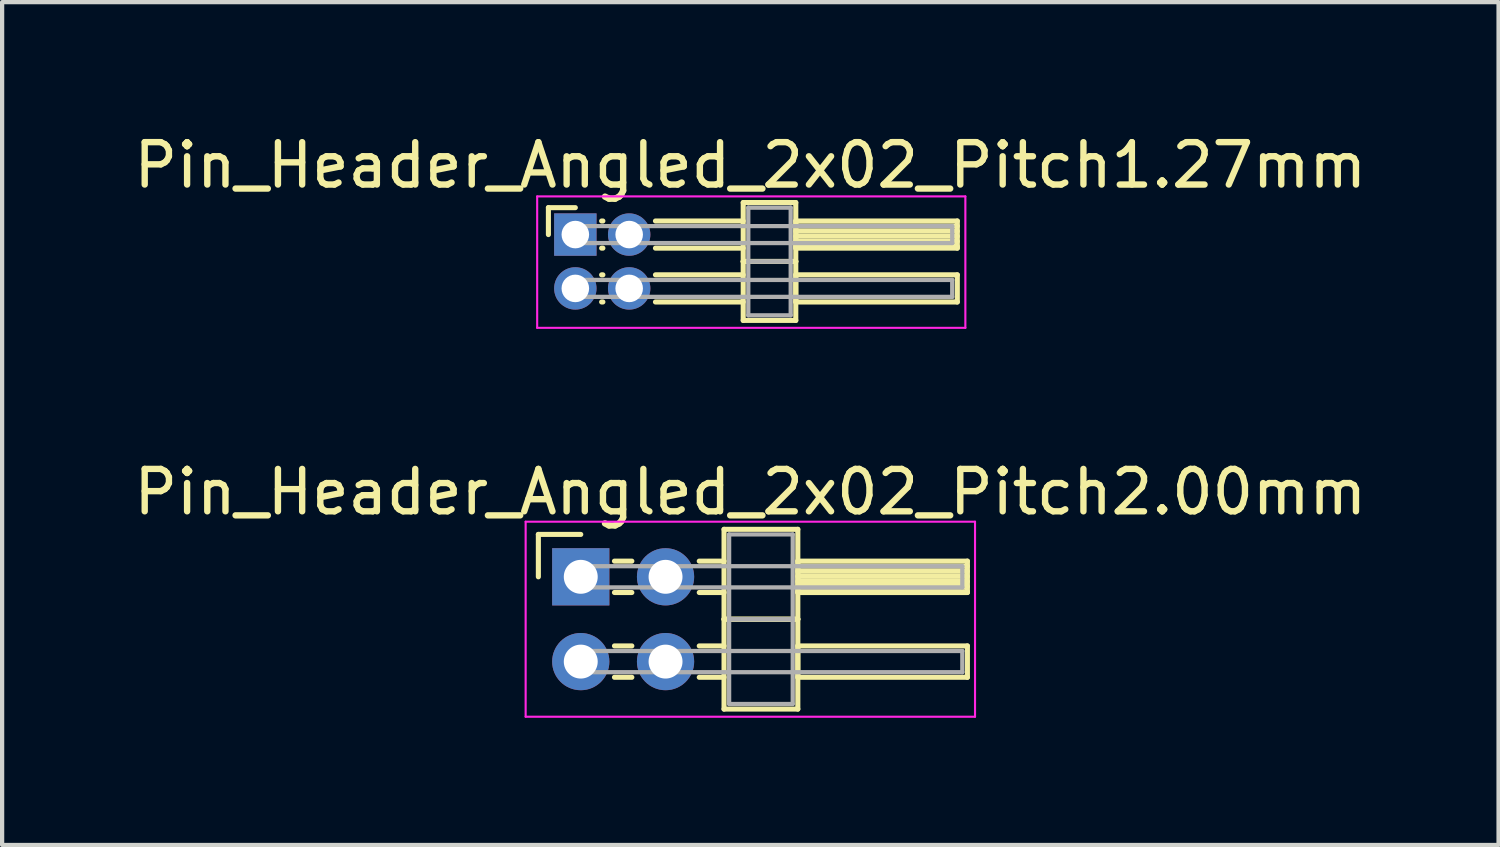
<source format=kicad_pcb>
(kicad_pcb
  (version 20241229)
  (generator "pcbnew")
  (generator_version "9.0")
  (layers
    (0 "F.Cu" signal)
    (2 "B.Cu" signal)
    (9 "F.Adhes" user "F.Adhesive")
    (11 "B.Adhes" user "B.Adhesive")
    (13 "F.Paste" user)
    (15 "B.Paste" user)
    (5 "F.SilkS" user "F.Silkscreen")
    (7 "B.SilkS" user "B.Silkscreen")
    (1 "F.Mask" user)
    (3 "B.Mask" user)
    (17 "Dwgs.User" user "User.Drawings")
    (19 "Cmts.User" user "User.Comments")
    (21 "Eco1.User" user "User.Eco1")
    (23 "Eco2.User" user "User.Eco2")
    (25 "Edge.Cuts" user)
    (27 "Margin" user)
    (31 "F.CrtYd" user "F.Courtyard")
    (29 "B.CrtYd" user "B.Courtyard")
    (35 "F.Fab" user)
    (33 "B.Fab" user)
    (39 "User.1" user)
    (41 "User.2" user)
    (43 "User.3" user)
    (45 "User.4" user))
  (footprint "Pin_Header_Angled_2x02_Pitch2.00mm"
    (layer "F.Cu")
    (at 10.649 10.556)
    (property "Reference" "Pin_Header_Angled_2x02_Pitch2.00mm" (at 4 -2 0) (layer "F.SilkS") (effects (font (size 1 1) (thickness 0.15))))
    (attr through_hole)
    (fp_line (start -1 -1) (end 0 -1) (stroke (width 0.12) (type solid)) (layer "F.SilkS"))
    (fp_line (start -1 0) (end -1 -1) (stroke (width 0.12) (type solid)) (layer "F.SilkS"))
    (fp_line (start 0.795 -0.37) (end 1.205 -0.37) (stroke (width 0.12) (type solid)) (layer "F.SilkS"))
    (fp_line (start 0.795 0.37) (end 1.205 0.37) (stroke (width 0.12) (type solid)) (layer "F.SilkS"))
    (fp_line (start 0.795 1.63) (end 1.205 1.63) (stroke (width 0.12) (type solid)) (layer "F.SilkS"))
    (fp_line (start 0.795 2.37) (end 1.205 2.37) (stroke (width 0.12) (type solid)) (layer "F.SilkS"))
    (fp_line (start 2.795 -0.37) (end 3.38 -0.37) (stroke (width 0.12) (type solid)) (layer "F.SilkS"))
    (fp_line (start 2.795 0.37) (end 3.38 0.37) (stroke (width 0.12) (type solid)) (layer "F.SilkS"))
    (fp_line (start 2.795 1.63) (end 3.38 1.63) (stroke (width 0.12) (type solid)) (layer "F.SilkS"))
    (fp_line (start 2.795 2.37) (end 3.38 2.37) (stroke (width 0.12) (type solid)) (layer "F.SilkS"))
    (fp_line (start 3.38 -1.12) (end 3.38 1) (stroke (width 0.12) (type solid)) (layer "F.SilkS"))
    (fp_line (start 3.38 1) (end 3.38 3.12) (stroke (width 0.12) (type solid)) (layer "F.SilkS"))
    (fp_line (start 3.38 1) (end 5.12 1) (stroke (width 0.12) (type solid)) (layer "F.SilkS"))
    (fp_line (start 3.38 3.12) (end 5.12 3.12) (stroke (width 0.12) (type solid)) (layer "F.SilkS"))
    (fp_line (start 5.12 -1.12) (end 3.38 -1.12) (stroke (width 0.12) (type solid)) (layer "F.SilkS"))
    (fp_line (start 5.12 -0.37) (end 5.12 0.37) (stroke (width 0.12) (type solid)) (layer "F.SilkS"))
    (fp_line (start 5.12 -0.25) (end 9.12 -0.25) (stroke (width 0.12) (type solid)) (layer "F.SilkS"))
    (fp_line (start 5.12 -0.13) (end 9.12 -0.13) (stroke (width 0.12) (type solid)) (layer "F.SilkS"))
    (fp_line (start 5.12 -0.01) (end 9.12 -0.01) (stroke (width 0.12) (type solid)) (layer "F.SilkS"))
    (fp_line (start 5.12 0.11) (end 9.12 0.11) (stroke (width 0.12) (type solid)) (layer "F.SilkS"))
    (fp_line (start 5.12 0.23) (end 9.12 0.23) (stroke (width 0.12) (type solid)) (layer "F.SilkS"))
    (fp_line (start 5.12 0.35) (end 9.12 0.35) (stroke (width 0.12) (type solid)) (layer "F.SilkS"))
    (fp_line (start 5.12 0.37) (end 9.12 0.37) (stroke (width 0.12) (type solid)) (layer "F.SilkS"))
    (fp_line (start 5.12 1) (end 3.38 1) (stroke (width 0.12) (type solid)) (layer "F.SilkS"))
    (fp_line (start 5.12 1) (end 5.12 -1.12) (stroke (width 0.12) (type solid)) (layer "F.SilkS"))
    (fp_line (start 5.12 1.63) (end 5.12 2.37) (stroke (width 0.12) (type solid)) (layer "F.SilkS"))
    (fp_line (start 5.12 2.37) (end 9.12 2.37) (stroke (width 0.12) (type solid)) (layer "F.SilkS"))
    (fp_line (start 5.12 3.12) (end 5.12 1) (stroke (width 0.12) (type solid)) (layer "F.SilkS"))
    (fp_line (start 9.12 -0.37) (end 5.12 -0.37) (stroke (width 0.12) (type solid)) (layer "F.SilkS"))
    (fp_line (start 9.12 0.37) (end 9.12 -0.37) (stroke (width 0.12) (type solid)) (layer "F.SilkS"))
    (fp_line (start 9.12 1.63) (end 5.12 1.63) (stroke (width 0.12) (type solid)) (layer "F.SilkS"))
    (fp_line (start 9.12 2.37) (end 9.12 1.63) (stroke (width 0.12) (type solid)) (layer "F.SilkS"))
    (fp_line (start -1.3 -1.3) (end -1.3 3.3) (stroke (width 0.05) (type solid)) (layer "F.CrtYd"))
    (fp_line (start -1.3 3.3) (end 9.3 3.3) (stroke (width 0.05) (type solid)) (layer "F.CrtYd"))
    (fp_line (start 9.3 -1.3) (end -1.3 -1.3) (stroke (width 0.05) (type solid)) (layer "F.CrtYd"))
    (fp_line (start 9.3 3.3) (end 9.3 -1.3) (stroke (width 0.05) (type solid)) (layer "F.CrtYd"))
    (fp_line (start 0 -0.25) (end 0 0.25) (stroke (width 0.1) (type solid)) (layer "F.Fab"))
    (fp_line (start 0 0.25) (end 9 0.25) (stroke (width 0.1) (type solid)) (layer "F.Fab"))
    (fp_line (start 0 1.75) (end 0 2.25) (stroke (width 0.1) (type solid)) (layer "F.Fab"))
    (fp_line (start 0 2.25) (end 9 2.25) (stroke (width 0.1) (type solid)) (layer "F.Fab"))
    (fp_line (start 3.5 -1) (end 3.5 1) (stroke (width 0.1) (type solid)) (layer "F.Fab"))
    (fp_line (start 3.5 1) (end 3.5 3) (stroke (width 0.1) (type solid)) (layer "F.Fab"))
    (fp_line (start 3.5 1) (end 5 1) (stroke (width 0.1) (type solid)) (layer "F.Fab"))
    (fp_line (start 3.5 3) (end 5 3) (stroke (width 0.1) (type solid)) (layer "F.Fab"))
    (fp_line (start 5 -1) (end 3.5 -1) (stroke (width 0.1) (type solid)) (layer "F.Fab"))
    (fp_line (start 5 1) (end 3.5 1) (stroke (width 0.1) (type solid)) (layer "F.Fab"))
    (fp_line (start 5 1) (end 5 -1) (stroke (width 0.1) (type solid)) (layer "F.Fab"))
    (fp_line (start 5 3) (end 5 1) (stroke (width 0.1) (type solid)) (layer "F.Fab"))
    (fp_line (start 9 -0.25) (end 0 -0.25) (stroke (width 0.1) (type solid)) (layer "F.Fab"))
    (fp_line (start 9 0.25) (end 9 -0.25) (stroke (width 0.1) (type solid)) (layer "F.Fab"))
    (fp_line (start 9 1.75) (end 0 1.75) (stroke (width 0.1) (type solid)) (layer "F.Fab"))
    (fp_line (start 9 2.25) (end 9 1.75) (stroke (width 0.1) (type solid)) (layer "F.Fab"))
    (pad "1" thru_hole rect (at 0 0) (size 1.35 1.35) (drill 0.8) (layers "*.Cu" "*.Mask"))
    (pad "2" thru_hole oval (at 2 0) (size 1.35 1.35) (drill 0.8) (layers "*.Cu" "*.Mask"))
    (pad "3" thru_hole oval (at 0 2) (size 1.35 1.35) (drill 0.8) (layers "*.Cu" "*.Mask"))
    (pad "4" thru_hole oval (at 2 2) (size 1.35 1.35) (drill 0.8) (layers "*.Cu" "*.Mask")))
  (footprint "Pin_Header_Angled_2x02_Pitch1.27mm"
    (layer "F.Cu")
    (at 10.521 2.483)
    (property "Reference" "Pin_Header_Angled_2x02_Pitch1.27mm" (at 4.128 -1.635 0) (layer "F.SilkS") (effects (font (size 1 1) (thickness 0.15))))
    (attr through_hole)
    (fp_line (start -0.635 -0.635) (end 0 -0.635) (stroke (width 0.12) (type solid)) (layer "F.SilkS"))
    (fp_line (start -0.635 0) (end -0.635 -0.635) (stroke (width 0.12) (type solid)) (layer "F.SilkS"))
    (fp_line (start 0.62 -0.32) (end 0.65 -0.32) (stroke (width 0.12) (type solid)) (layer "F.SilkS"))
    (fp_line (start 0.62 0.32) (end 0.65 0.32) (stroke (width 0.12) (type solid)) (layer "F.SilkS"))
    (fp_line (start 0.62 0.95) (end 0.65 0.95) (stroke (width 0.12) (type solid)) (layer "F.SilkS"))
    (fp_line (start 0.62 1.59) (end 0.65 1.59) (stroke (width 0.12) (type solid)) (layer "F.SilkS"))
    (fp_line (start 1.89 -0.32) (end 3.96 -0.32) (stroke (width 0.12) (type solid)) (layer "F.SilkS"))
    (fp_line (start 1.89 0.32) (end 3.96 0.32) (stroke (width 0.12) (type solid)) (layer "F.SilkS"))
    (fp_line (start 1.89 0.95) (end 3.96 0.95) (stroke (width 0.12) (type solid)) (layer "F.SilkS"))
    (fp_line (start 1.89 1.59) (end 3.96 1.59) (stroke (width 0.12) (type solid)) (layer "F.SilkS"))
    (fp_line (start 3.96 -0.755) (end 3.96 0.635) (stroke (width 0.12) (type solid)) (layer "F.SilkS"))
    (fp_line (start 3.96 0.635) (end 3.96 2.025) (stroke (width 0.12) (type solid)) (layer "F.SilkS"))
    (fp_line (start 3.96 0.635) (end 5.2 0.635) (stroke (width 0.12) (type solid)) (layer "F.SilkS"))
    (fp_line (start 3.96 2.025) (end 5.2 2.025) (stroke (width 0.12) (type solid)) (layer "F.SilkS"))
    (fp_line (start 5.2 -0.755) (end 3.96 -0.755) (stroke (width 0.12) (type solid)) (layer "F.SilkS"))
    (fp_line (start 5.2 -0.32) (end 5.2 0.32) (stroke (width 0.12) (type solid)) (layer "F.SilkS"))
    (fp_line (start 5.2 -0.2) (end 9.01 -0.2) (stroke (width 0.12) (type solid)) (layer "F.SilkS"))
    (fp_line (start 5.2 -0.08) (end 9.01 -0.08) (stroke (width 0.12) (type solid)) (layer "F.SilkS"))
    (fp_line (start 5.2 0.04) (end 9.01 0.04) (stroke (width 0.12) (type solid)) (layer "F.SilkS"))
    (fp_line (start 5.2 0.16) (end 9.01 0.16) (stroke (width 0.12) (type solid)) (layer "F.SilkS"))
    (fp_line (start 5.2 0.28) (end 9.01 0.28) (stroke (width 0.12) (type solid)) (layer "F.SilkS"))
    (fp_line (start 5.2 0.32) (end 9.01 0.32) (stroke (width 0.12) (type solid)) (layer "F.SilkS"))
    (fp_line (start 5.2 0.635) (end 3.96 0.635) (stroke (width 0.12) (type solid)) (layer "F.SilkS"))
    (fp_line (start 5.2 0.635) (end 5.2 -0.755) (stroke (width 0.12) (type solid)) (layer "F.SilkS"))
    (fp_line (start 5.2 0.95) (end 5.2 1.59) (stroke (width 0.12) (type solid)) (layer "F.SilkS"))
    (fp_line (start 5.2 1.59) (end 9.01 1.59) (stroke (width 0.12) (type solid)) (layer "F.SilkS"))
    (fp_line (start 5.2 2.025) (end 5.2 0.635) (stroke (width 0.12) (type solid)) (layer "F.SilkS"))
    (fp_line (start 9.01 -0.32) (end 5.2 -0.32) (stroke (width 0.12) (type solid)) (layer "F.SilkS"))
    (fp_line (start 9.01 0.32) (end 9.01 -0.32) (stroke (width 0.12) (type solid)) (layer "F.SilkS"))
    (fp_line (start 9.01 0.95) (end 5.2 0.95) (stroke (width 0.12) (type solid)) (layer "F.SilkS"))
    (fp_line (start 9.01 1.59) (end 9.01 0.95) (stroke (width 0.12) (type solid)) (layer "F.SilkS"))
    (fp_line (start -0.9 -0.9) (end -0.9 2.2) (stroke (width 0.05) (type solid)) (layer "F.CrtYd"))
    (fp_line (start -0.9 2.2) (end 9.2 2.2) (stroke (width 0.05) (type solid)) (layer "F.CrtYd"))
    (fp_line (start 9.2 -0.9) (end -0.9 -0.9) (stroke (width 0.05) (type solid)) (layer "F.CrtYd"))
    (fp_line (start 9.2 2.2) (end 9.2 -0.9) (stroke (width 0.05) (type solid)) (layer "F.CrtYd"))
    (fp_line (start 0 -0.2) (end 0 0.2) (stroke (width 0.1) (type solid)) (layer "F.Fab"))
    (fp_line (start 0 0.2) (end 8.89 0.2) (stroke (width 0.1) (type solid)) (layer "F.Fab"))
    (fp_line (start 0 1.07) (end 0 1.47) (stroke (width 0.1) (type solid)) (layer "F.Fab"))
    (fp_line (start 0 1.47) (end 8.89 1.47) (stroke (width 0.1) (type solid)) (layer "F.Fab"))
    (fp_line (start 4.08 -0.635) (end 4.08 0.635) (stroke (width 0.1) (type solid)) (layer "F.Fab"))
    (fp_line (start 4.08 0.635) (end 4.08 1.905) (stroke (width 0.1) (type solid)) (layer "F.Fab"))
    (fp_line (start 4.08 0.635) (end 5.08 0.635) (stroke (width 0.1) (type solid)) (layer "F.Fab"))
    (fp_line (start 4.08 1.905) (end 5.08 1.905) (stroke (width 0.1) (type solid)) (layer "F.Fab"))
    (fp_line (start 5.08 -0.635) (end 4.08 -0.635) (stroke (width 0.1) (type solid)) (layer "F.Fab"))
    (fp_line (start 5.08 0.635) (end 4.08 0.635) (stroke (width 0.1) (type solid)) (layer "F.Fab"))
    (fp_line (start 5.08 0.635) (end 5.08 -0.635) (stroke (width 0.1) (type solid)) (layer "F.Fab"))
    (fp_line (start 5.08 1.905) (end 5.08 0.635) (stroke (width 0.1) (type solid)) (layer "F.Fab"))
    (fp_line (start 8.89 -0.2) (end 0 -0.2) (stroke (width 0.1) (type solid)) (layer "F.Fab"))
    (fp_line (start 8.89 0.2) (end 8.89 -0.2) (stroke (width 0.1) (type solid)) (layer "F.Fab"))
    (fp_line (start 8.89 1.07) (end 0 1.07) (stroke (width 0.1) (type solid)) (layer "F.Fab"))
    (fp_line (start 8.89 1.47) (end 8.89 1.07) (stroke (width 0.1) (type solid)) (layer "F.Fab"))
    (pad "1" thru_hole rect (at 0 0) (size 1 1) (drill 0.65) (layers "*.Cu" "*.Mask"))
    (pad "2" thru_hole oval (at 1.27 0) (size 1 1) (drill 0.65) (layers "*.Cu" "*.Mask"))
    (pad "3" thru_hole oval (at 0 1.27) (size 1 1) (drill 0.65) (layers "*.Cu" "*.Mask"))
    (pad "4" thru_hole oval (at 1.27 1.27) (size 1 1) (drill 0.65) (layers "*.Cu" "*.Mask")))
  (gr_rect
    (start -3 -3)
    (end 32.298 16.881)
    (stroke (width 0.1) (type default))
    (fill no)
    (layer "Edge.Cuts")))
</source>
